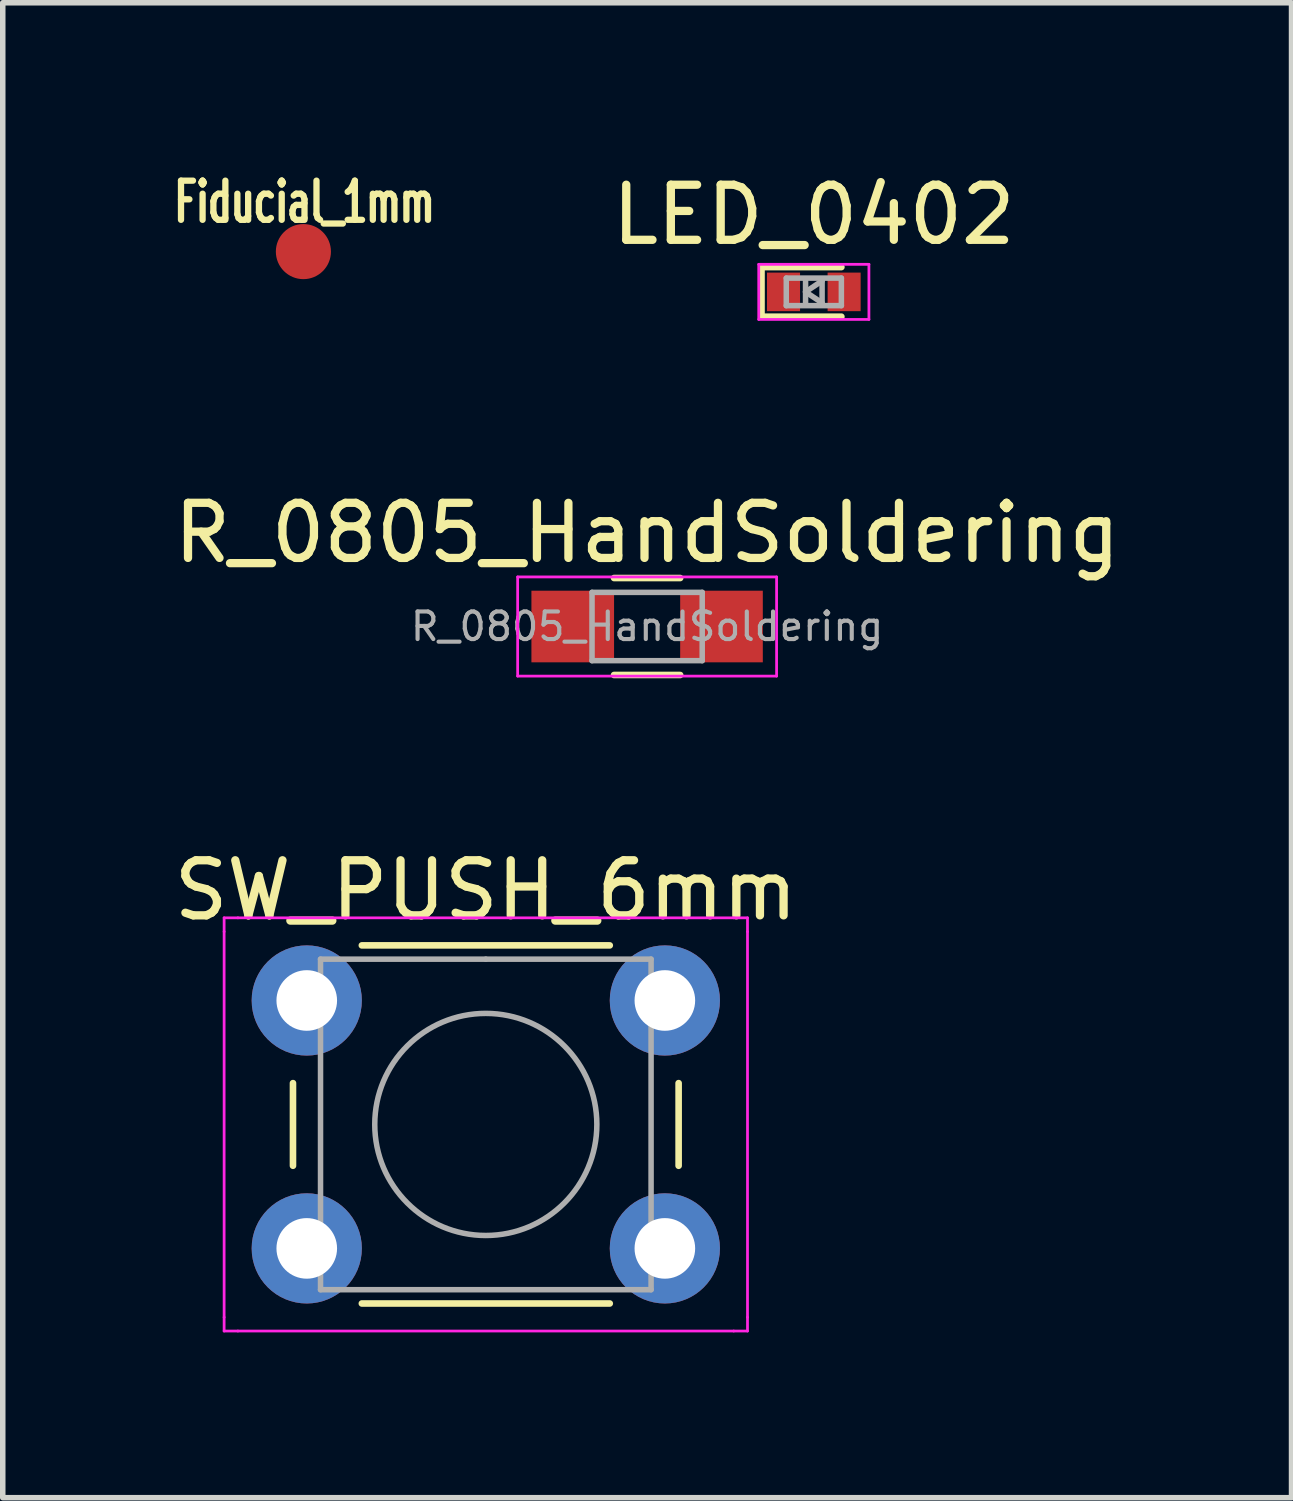
<source format=kicad_pcb>
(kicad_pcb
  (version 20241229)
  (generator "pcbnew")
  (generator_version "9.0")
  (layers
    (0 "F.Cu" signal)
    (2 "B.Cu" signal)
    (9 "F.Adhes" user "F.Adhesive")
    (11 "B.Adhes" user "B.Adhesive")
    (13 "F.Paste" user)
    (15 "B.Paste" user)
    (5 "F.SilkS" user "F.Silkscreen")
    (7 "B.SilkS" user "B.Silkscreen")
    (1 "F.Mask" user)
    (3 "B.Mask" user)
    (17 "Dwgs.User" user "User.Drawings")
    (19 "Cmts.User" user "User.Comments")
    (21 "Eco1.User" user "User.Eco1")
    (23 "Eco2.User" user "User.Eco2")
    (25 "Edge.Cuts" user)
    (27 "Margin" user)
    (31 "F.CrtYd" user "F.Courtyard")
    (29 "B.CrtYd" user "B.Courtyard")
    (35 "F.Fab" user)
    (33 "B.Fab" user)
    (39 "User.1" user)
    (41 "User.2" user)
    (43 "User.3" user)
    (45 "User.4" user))
  (footprint "SW_PUSH_6mm"
    (layer "F.Cu")
    (at 2.518 15.11)
    (property "Reference" "SW_PUSH_6mm" (at 3.25 -2 0) (layer "F.SilkS") (effects (font (size 1 1) (thickness 0.15))))
    (attr through_hole)
    (fp_line (start -0.25 1.5) (end -0.25 3) (stroke (width 0.12) (type solid)) (layer "F.SilkS"))
    (fp_line (start 1 5.5) (end 5.5 5.5) (stroke (width 0.12) (type solid)) (layer "F.SilkS"))
    (fp_line (start 5.5 -1) (end 1 -1) (stroke (width 0.12) (type solid)) (layer "F.SilkS"))
    (fp_line (start 6.75 3) (end 6.75 1.5) (stroke (width 0.12) (type solid)) (layer "F.SilkS"))
    (fp_line (start -1.5 -1.5) (end -1.25 -1.5) (stroke (width 0.05) (type solid)) (layer "F.CrtYd"))
    (fp_line (start -1.5 -1.25) (end -1.5 -1.5) (stroke (width 0.05) (type solid)) (layer "F.CrtYd"))
    (fp_line (start -1.5 5.75) (end -1.5 -1.25) (stroke (width 0.05) (type solid)) (layer "F.CrtYd"))
    (fp_line (start -1.5 5.75) (end -1.5 6) (stroke (width 0.05) (type solid)) (layer "F.CrtYd"))
    (fp_line (start -1.5 6) (end -1.25 6) (stroke (width 0.05) (type solid)) (layer "F.CrtYd"))
    (fp_line (start -1.25 -1.5) (end 7.75 -1.5) (stroke (width 0.05) (type solid)) (layer "F.CrtYd"))
    (fp_line (start 7.75 -1.5) (end 8 -1.5) (stroke (width 0.05) (type solid)) (layer "F.CrtYd"))
    (fp_line (start 7.75 6) (end -1.25 6) (stroke (width 0.05) (type solid)) (layer "F.CrtYd"))
    (fp_line (start 7.75 6) (end 8 6) (stroke (width 0.05) (type solid)) (layer "F.CrtYd"))
    (fp_line (start 8 -1.5) (end 8 -1.25) (stroke (width 0.05) (type solid)) (layer "F.CrtYd"))
    (fp_line (start 8 -1.25) (end 8 5.75) (stroke (width 0.05) (type solid)) (layer "F.CrtYd"))
    (fp_line (start 8 6) (end 8 5.75) (stroke (width 0.05) (type solid)) (layer "F.CrtYd"))
    (fp_line (start 0.25 -0.75) (end 3.25 -0.75) (stroke (width 0.1) (type solid)) (layer "F.Fab"))
    (fp_line (start 0.25 5.25) (end 0.25 -0.75) (stroke (width 0.1) (type solid)) (layer "F.Fab"))
    (fp_line (start 3.25 -0.75) (end 6.25 -0.75) (stroke (width 0.1) (type solid)) (layer "F.Fab"))
    (fp_line (start 6.25 -0.75) (end 6.25 5.25) (stroke (width 0.1) (type solid)) (layer "F.Fab"))
    (fp_line (start 6.25 5.25) (end 0.25 5.25) (stroke (width 0.1) (type solid)) (layer "F.Fab"))
    (fp_circle (center 3.25 2.25) (end 1.25 2.5) (stroke (width 0.1) (type solid)) (fill no) (layer "F.Fab"))
    (pad "1" thru_hole circle (at 0 0 90) (size 2 2) (drill 1.1) (layers "*.Cu" "*.Mask"))
    (pad "1" thru_hole circle (at 6.5 0 90) (size 2 2) (drill 1.1) (layers "*.Cu" "*.Mask"))
    (pad "2" thru_hole circle (at 0 4.5 90) (size 2 2) (drill 1.1) (layers "*.Cu" "*.Mask"))
    (pad "2" thru_hole circle (at 6.5 4.5 90) (size 2 2) (drill 1.1) (layers "*.Cu" "*.Mask")))
  (footprint "LED_0402"
    (layer "F.Cu")
    (at 11.722 2.248)
    (property "Reference" "LED_0402" (at 0 -1.4 0) (layer "F.SilkS") (effects (font (size 1 1) (thickness 0.15))))
    (attr smd)
    (fp_line (start -0.95 -0.45) (end -0.95 0.45) (stroke (width 0.12) (type solid)) (layer "F.SilkS"))
    (fp_line (start -0.95 -0.45) (end 0.5 -0.45) (stroke (width 0.12) (type solid)) (layer "F.SilkS"))
    (fp_line (start -0.95 0.45) (end 0.5 0.45) (stroke (width 0.12) (type solid)) (layer "F.SilkS"))
    (fp_line (start -1 -0.5) (end 1 -0.5) (stroke (width 0.05) (type solid)) (layer "F.CrtYd"))
    (fp_line (start -1 0.5) (end -1 -0.5) (stroke (width 0.05) (type solid)) (layer "F.CrtYd"))
    (fp_line (start 1 -0.5) (end 1 0.5) (stroke (width 0.05) (type solid)) (layer "F.CrtYd"))
    (fp_line (start 1 0.5) (end -1 0.5) (stroke (width 0.05) (type solid)) (layer "F.CrtYd"))
    (fp_line (start -0.5 -0.25) (end 0.5 -0.25) (stroke (width 0.1) (type solid)) (layer "F.Fab"))
    (fp_line (start -0.5 0.25) (end -0.5 -0.25) (stroke (width 0.1) (type solid)) (layer "F.Fab"))
    (fp_line (start -0.15 -0.2) (end -0.15 0.2) (stroke (width 0.1) (type solid)) (layer "F.Fab"))
    (fp_line (start -0.15 0) (end 0.15 -0.2) (stroke (width 0.1) (type solid)) (layer "F.Fab"))
    (fp_line (start 0.15 -0.2) (end 0.15 0.2) (stroke (width 0.1) (type solid)) (layer "F.Fab"))
    (fp_line (start 0.15 0.2) (end -0.15 0) (stroke (width 0.1) (type solid)) (layer "F.Fab"))
    (fp_line (start 0.5 -0.25) (end 0.5 0.25) (stroke (width 0.1) (type solid)) (layer "F.Fab"))
    (fp_line (start 0.5 0.25) (end -0.5 0.25) (stroke (width 0.1) (type solid)) (layer "F.Fab"))
    (pad "1" smd rect (at -0.55 0 180) (size 0.6 0.7) (layers "F.Cu" "F.Mask" "F.Paste"))
    (pad "2" smd rect (at 0.55 0 180) (size 0.6 0.7) (layers "F.Cu" "F.Mask" "F.Paste")))
  (footprint "Fiducial_1mm"
    (layer "F.Cu")
    (at 2.457 1.517)
    (property "Reference" "Fiducial_1mm" (at 0.02 -0.9 0) (layer "F.SilkS") (effects (font (size 0.711 0.457) (thickness 0.114))))
    (attr through_hole)
    (pad "1" smd circle (at 0 0) (size 1 1) (layers "F.Cu" "F.Mask")))
  (footprint "R_0805_HandSoldering"
    (layer "F.Cu")
    (at 8.696 8.322)
    (property "Reference" "R_0805_HandSoldering" (at 0 -1.7 0) (layer "F.SilkS") (effects (font (size 1 1) (thickness 0.15))))
    (attr smd)
    (fp_line (start -0.6 -0.88) (end 0.6 -0.88) (stroke (width 0.12) (type solid)) (layer "F.SilkS"))
    (fp_line (start 0.6 0.88) (end -0.6 0.88) (stroke (width 0.12) (type solid)) (layer "F.SilkS"))
    (fp_line (start -2.35 -0.9) (end -2.35 0.9) (stroke (width 0.05) (type solid)) (layer "F.CrtYd"))
    (fp_line (start -2.35 -0.9) (end 2.35 -0.9) (stroke (width 0.05) (type solid)) (layer "F.CrtYd"))
    (fp_line (start 2.35 0.9) (end -2.35 0.9) (stroke (width 0.05) (type solid)) (layer "F.CrtYd"))
    (fp_line (start 2.35 0.9) (end 2.35 -0.9) (stroke (width 0.05) (type solid)) (layer "F.CrtYd"))
    (fp_line (start -1 -0.62) (end 1 -0.62) (stroke (width 0.1) (type solid)) (layer "F.Fab"))
    (fp_line (start -1 0.62) (end -1 -0.62) (stroke (width 0.1) (type solid)) (layer "F.Fab"))
    (fp_line (start 1 -0.62) (end 1 0.62) (stroke (width 0.1) (type solid)) (layer "F.Fab"))
    (fp_line (start 1 0.62) (end -1 0.62) (stroke (width 0.1) (type solid)) (layer "F.Fab"))
    (fp_text user "${REFERENCE}" (at 0 0 0) (layer "F.Fab") (effects (font (size 0.5 0.5) (thickness 0.075))))
    (pad "1" smd rect (at -1.35 0) (size 1.5 1.3) (layers "F.Cu" "F.Mask" "F.Paste"))
    (pad "2" smd rect (at 1.35 0) (size 1.5 1.3) (layers "F.Cu" "F.Mask" "F.Paste")))
  (gr_rect
    (start -3 -3)
    (end 20.393 24.135)
    (stroke (width 0.1) (type default))
    (fill no)
    (layer "Edge.Cuts")))
</source>
